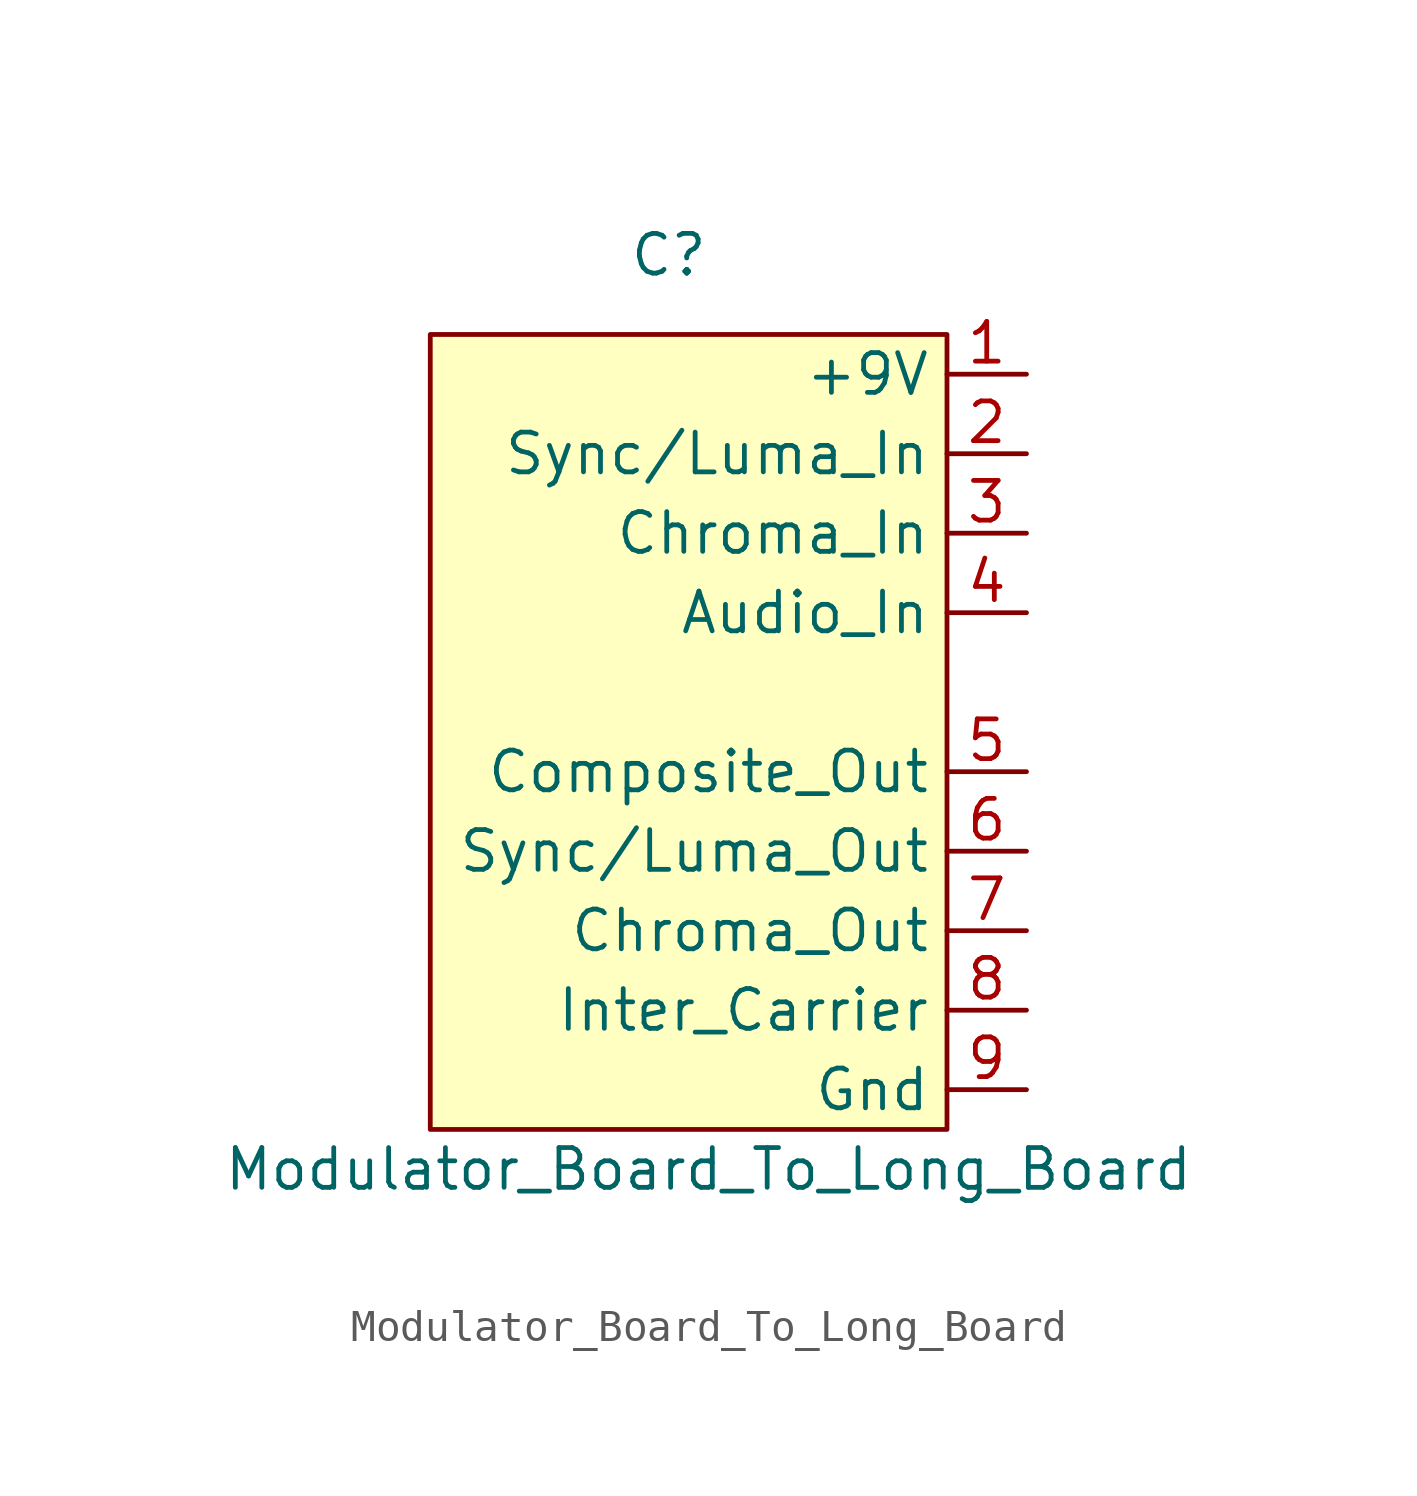
<source format=kicad_sym>
(kicad_symbol_lib
  (version 20211014)
  (generator kicad_symbol_editor)
  (symbol "Modulator_Board_To_Long_Board"
    (property "Reference" "C"
      (at 0 13.97 0)
      (effects (font (size 1.27 1.27))))
    (property "Value" "Modulator_Board_To_Long_Board"
      (at 1.27 -15.24 0)
      (effects (font (size 1.27 1.27))))
    (symbol "Modulator_Board_To_Long_Board_0_1"
      (rectangle (start 8.89 11.43) (end -7.62 -13.97) (stroke (width 0) (type default) (color 0 0 0 0)) (fill (type background))))
    (symbol "Modulator_Board_To_Long_Board_1_1"
      (pin passive line (at 11.43 10.16 180) (length 2.54) (name "+9V" (effects (font (size 1.27 1.27)))) (number "1" (effects (font (size 1.27 1.27)))))
      (pin passive line (at 11.43 7.62 180) (length 2.54) (name "Sync/Luma_In" (effects (font (size 1.27 1.27)))) (number "2" (effects (font (size 1.27 1.27)))))
      (pin passive line (at 11.43 5.08 180) (length 2.54) (name "Chroma_In" (effects (font (size 1.27 1.27)))) (number "3" (effects (font (size 1.27 1.27)))))
      (pin passive line (at 11.43 2.54 180) (length 2.54) (name "Audio_In" (effects (font (size 1.27 1.27)))) (number "4" (effects (font (size 1.27 1.27)))))
      (pin passive line (at 11.43 -2.54 180) (length 2.54) (name "Composite_Out" (effects (font (size 1.27 1.27)))) (number "5" (effects (font (size 1.27 1.27)))))
      (pin passive line (at 11.43 -5.08 180) (length 2.54) (name "Sync/Luma_Out" (effects (font (size 1.27 1.27)))) (number "6" (effects (font (size 1.27 1.27)))))
      (pin passive line (at 11.43 -7.62 180) (length 2.54) (name "Chroma_Out" (effects (font (size 1.27 1.27)))) (number "7" (effects (font (size 1.27 1.27)))))
      (pin passive line (at 11.43 -10.16 180) (length 2.54) (name "Inter_Carrier" (effects (font (size 1.27 1.27)))) (number "8" (effects (font (size 1.27 1.27)))))
      (pin passive line (at 11.43 -12.7 180) (length 2.54) (name "Gnd" (effects (font (size 1.27 1.27)))) (number "9" (effects (font (size 1.27 1.27))))))))
</source>
